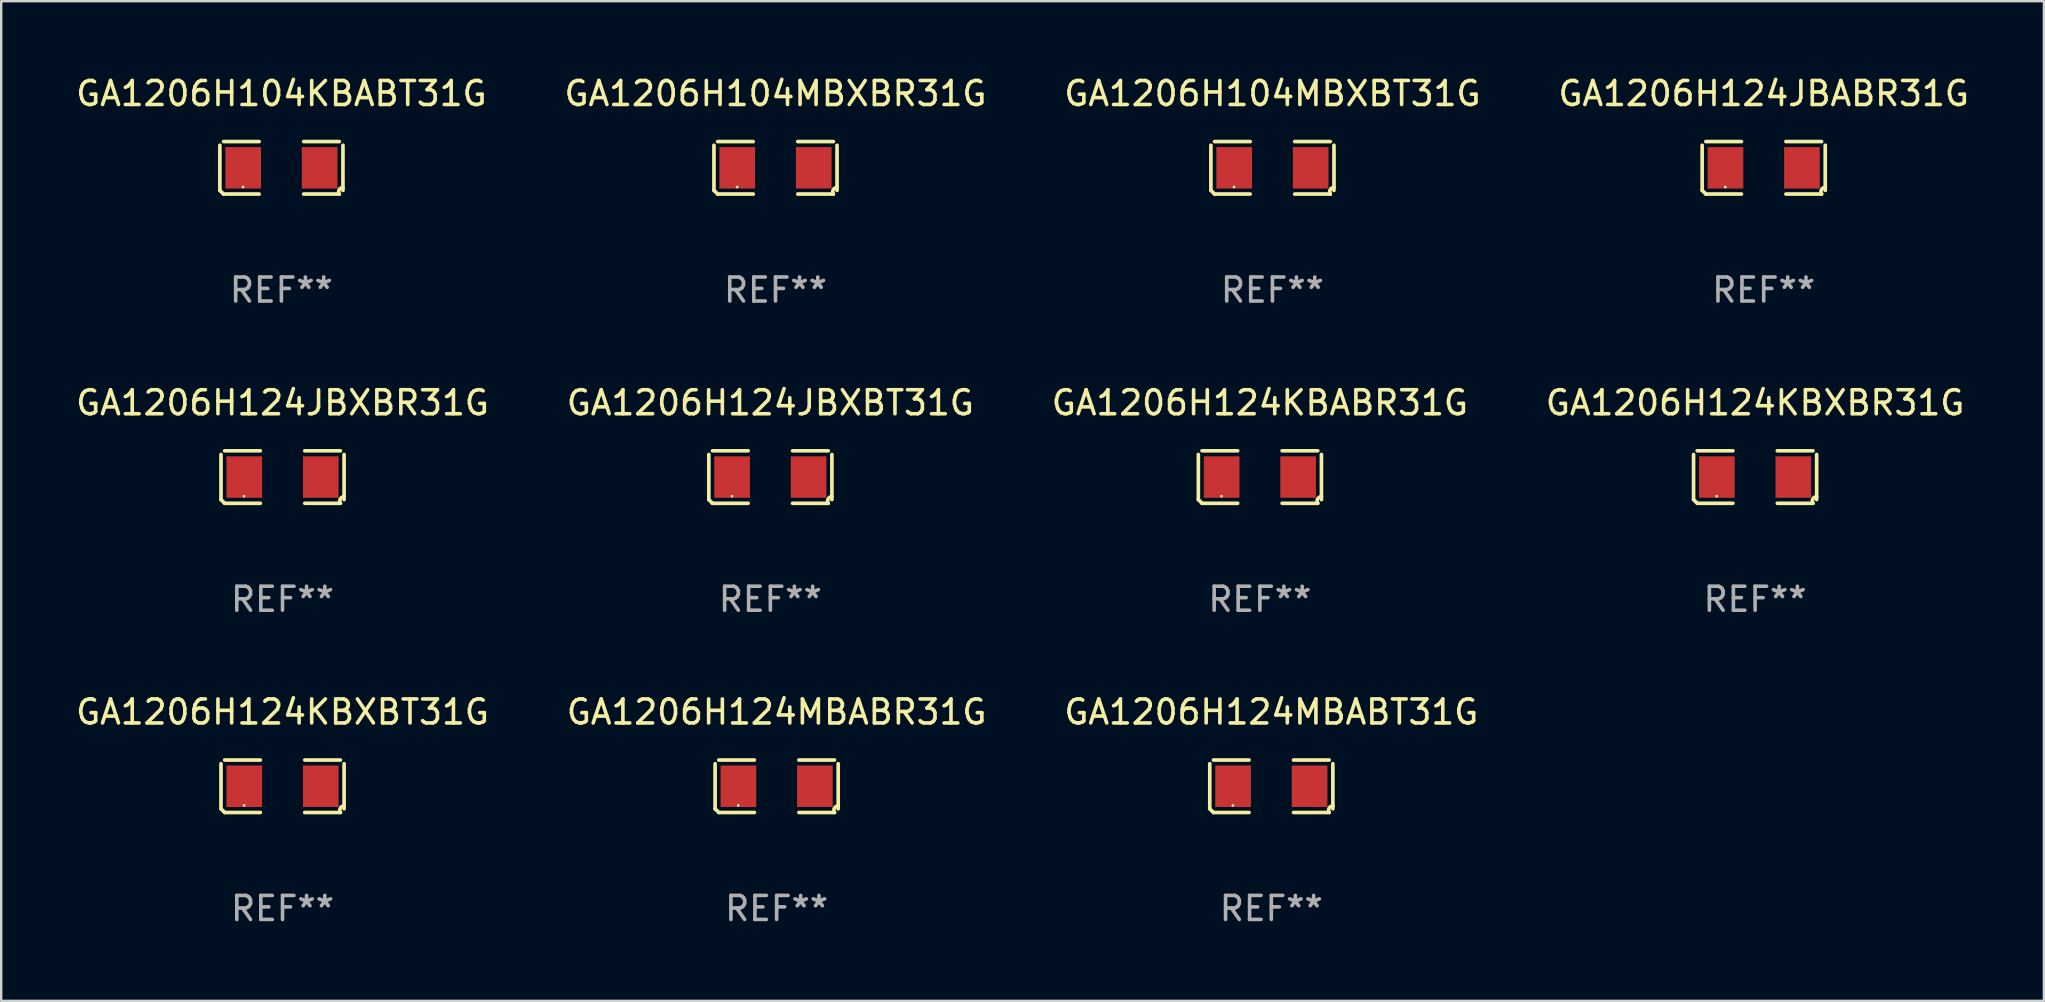
<source format=kicad_pcb>
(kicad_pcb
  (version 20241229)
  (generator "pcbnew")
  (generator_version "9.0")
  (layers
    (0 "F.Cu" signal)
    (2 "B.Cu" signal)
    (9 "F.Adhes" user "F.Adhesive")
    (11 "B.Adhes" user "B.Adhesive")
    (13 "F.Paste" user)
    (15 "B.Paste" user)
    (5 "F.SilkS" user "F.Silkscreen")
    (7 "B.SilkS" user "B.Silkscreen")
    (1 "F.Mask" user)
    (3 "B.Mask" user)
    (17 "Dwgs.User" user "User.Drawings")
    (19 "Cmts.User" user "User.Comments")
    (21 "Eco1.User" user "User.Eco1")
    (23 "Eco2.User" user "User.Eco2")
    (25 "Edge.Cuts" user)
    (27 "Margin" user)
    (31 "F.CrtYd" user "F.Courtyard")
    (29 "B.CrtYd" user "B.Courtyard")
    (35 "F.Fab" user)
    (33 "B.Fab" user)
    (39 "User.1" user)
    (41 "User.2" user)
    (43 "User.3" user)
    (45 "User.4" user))
  (footprint "GA1206H124JBABR31G"
    (layer "F.Cu")
    (at 70.423 3.941)
    (property "Reference" "GA1206H124JBABR31G" (at 0 -3.093 0) (layer "F.SilkS") (effects (font (size 1 1) (thickness 0.15))))
    (attr through_hole)
    (fp_line (start -2.564 0.94) (end -2.564 -0.94) (stroke (width 0.152) (type solid)) (layer "F.SilkS"))
    (fp_line (start -2.411 -1.093) (end -0.926 -1.093) (stroke (width 0.152) (type solid)) (layer "F.SilkS"))
    (fp_line (start -0.926 1.093) (end -2.411 1.093) (stroke (width 0.152) (type solid)) (layer "F.SilkS"))
    (fp_line (start 0.926 1.093) (end 2.411 1.093) (stroke (width 0.152) (type solid)) (layer "F.SilkS"))
    (fp_line (start 2.411 -1.093) (end 0.926 -1.093) (stroke (width 0.152) (type solid)) (layer "F.SilkS"))
    (fp_line (start 2.564 0.94) (end 2.564 -0.94) (stroke (width 0.152) (type solid)) (layer "F.SilkS"))
    (fp_arc (start -2.411201 1.092609) (mid -2.487413 1.01642) (end -2.563602 0.940208) (stroke (width 0.1524) (type solid)) (layer "F.SilkS"))
    (fp_arc (start 2.411201 1.092609) (mid 2.407159 0.911226) (end 2.563602 0.819347) (stroke (width 0.1524) (type solid)) (layer "F.SilkS"))
    (fp_circle (center -1.6 0.8) (end -1.57 0.8) (stroke (width 0.06) (type solid)) (fill no) (layer "F.SilkS"))
    (fp_text user "REF**" (at 0 5.093 0) (layer "F.Fab") (effects (font (size 1 1) (thickness 0.15))))
    (pad "1" smd rect (at -1.593 0) (size 1.485 1.728) (layers "F.Cu" "F.Mask" "F.Paste"))
    (pad "2" smd rect (at 1.593 0) (size 1.485 1.728) (layers "F.Cu" "F.Mask" "F.Paste")))
  (footprint "GA1206H124KBXBT31G"
    (layer "F.Cu")
    (at 8.72 29.704)
    (property "Reference" "GA1206H124KBXBT31G" (at 0 -3.093 0) (layer "F.SilkS") (effects (font (size 1 1) (thickness 0.15))))
    (attr through_hole)
    (fp_line (start -2.564 0.94) (end -2.564 -0.94) (stroke (width 0.152) (type solid)) (layer "F.SilkS"))
    (fp_line (start -2.411 -1.093) (end -0.926 -1.093) (stroke (width 0.152) (type solid)) (layer "F.SilkS"))
    (fp_line (start -0.926 1.093) (end -2.411 1.093) (stroke (width 0.152) (type solid)) (layer "F.SilkS"))
    (fp_line (start 0.926 1.093) (end 2.411 1.093) (stroke (width 0.152) (type solid)) (layer "F.SilkS"))
    (fp_line (start 2.411 -1.093) (end 0.926 -1.093) (stroke (width 0.152) (type solid)) (layer "F.SilkS"))
    (fp_line (start 2.564 0.94) (end 2.564 -0.94) (stroke (width 0.152) (type solid)) (layer "F.SilkS"))
    (fp_arc (start -2.411201 1.092609) (mid -2.487413 1.01642) (end -2.563602 0.940208) (stroke (width 0.1524) (type solid)) (layer "F.SilkS"))
    (fp_arc (start 2.411201 1.092609) (mid 2.407159 0.911226) (end 2.563602 0.819347) (stroke (width 0.1524) (type solid)) (layer "F.SilkS"))
    (fp_circle (center -1.6 0.8) (end -1.57 0.8) (stroke (width 0.06) (type solid)) (fill no) (layer "F.SilkS"))
    (fp_text user "REF**" (at 0 5.093 0) (layer "F.Fab") (effects (font (size 1 1) (thickness 0.15))))
    (pad "1" smd rect (at -1.593 0) (size 1.485 1.728) (layers "F.Cu" "F.Mask" "F.Paste"))
    (pad "2" smd rect (at 1.593 0) (size 1.485 1.728) (layers "F.Cu" "F.Mask" "F.Paste")))
  (footprint "GA1206H104KBABT31G"
    (layer "F.Cu")
    (at 8.673 3.941)
    (property "Reference" "GA1206H104KBABT31G" (at 0 -3.093 0) (layer "F.SilkS") (effects (font (size 1 1) (thickness 0.15))))
    (attr through_hole)
    (fp_line (start -2.564 0.94) (end -2.564 -0.94) (stroke (width 0.152) (type solid)) (layer "F.SilkS"))
    (fp_line (start -2.411 -1.093) (end -0.926 -1.093) (stroke (width 0.152) (type solid)) (layer "F.SilkS"))
    (fp_line (start -0.926 1.093) (end -2.411 1.093) (stroke (width 0.152) (type solid)) (layer "F.SilkS"))
    (fp_line (start 0.926 1.093) (end 2.411 1.093) (stroke (width 0.152) (type solid)) (layer "F.SilkS"))
    (fp_line (start 2.411 -1.093) (end 0.926 -1.093) (stroke (width 0.152) (type solid)) (layer "F.SilkS"))
    (fp_line (start 2.564 0.94) (end 2.564 -0.94) (stroke (width 0.152) (type solid)) (layer "F.SilkS"))
    (fp_arc (start -2.411201 1.092609) (mid -2.487413 1.01642) (end -2.563602 0.940208) (stroke (width 0.1524) (type solid)) (layer "F.SilkS"))
    (fp_arc (start 2.411201 1.092609) (mid 2.407159 0.911226) (end 2.563602 0.819347) (stroke (width 0.1524) (type solid)) (layer "F.SilkS"))
    (fp_circle (center -1.6 0.8) (end -1.57 0.8) (stroke (width 0.06) (type solid)) (fill no) (layer "F.SilkS"))
    (fp_text user "REF**" (at 0 5.093 0) (layer "F.Fab") (effects (font (size 1 1) (thickness 0.15))))
    (pad "1" smd rect (at -1.593 0) (size 1.485 1.728) (layers "F.Cu" "F.Mask" "F.Paste"))
    (pad "2" smd rect (at 1.593 0) (size 1.485 1.728) (layers "F.Cu" "F.Mask" "F.Paste")))
  (footprint "GA1206H124KBXBR31G"
    (layer "F.Cu")
    (at 70.065 16.823)
    (property "Reference" "GA1206H124KBXBR31G" (at 0 -3.093 0) (layer "F.SilkS") (effects (font (size 1 1) (thickness 0.15))))
    (attr through_hole)
    (fp_line (start -2.564 0.94) (end -2.564 -0.94) (stroke (width 0.152) (type solid)) (layer "F.SilkS"))
    (fp_line (start -2.411 -1.093) (end -0.926 -1.093) (stroke (width 0.152) (type solid)) (layer "F.SilkS"))
    (fp_line (start -0.926 1.093) (end -2.411 1.093) (stroke (width 0.152) (type solid)) (layer "F.SilkS"))
    (fp_line (start 0.926 1.093) (end 2.411 1.093) (stroke (width 0.152) (type solid)) (layer "F.SilkS"))
    (fp_line (start 2.411 -1.093) (end 0.926 -1.093) (stroke (width 0.152) (type solid)) (layer "F.SilkS"))
    (fp_line (start 2.564 0.94) (end 2.564 -0.94) (stroke (width 0.152) (type solid)) (layer "F.SilkS"))
    (fp_arc (start -2.411201 1.092609) (mid -2.487413 1.01642) (end -2.563602 0.940208) (stroke (width 0.1524) (type solid)) (layer "F.SilkS"))
    (fp_arc (start 2.411201 1.092609) (mid 2.407159 0.911226) (end 2.563602 0.819347) (stroke (width 0.1524) (type solid)) (layer "F.SilkS"))
    (fp_circle (center -1.6 0.8) (end -1.57 0.8) (stroke (width 0.06) (type solid)) (fill no) (layer "F.SilkS"))
    (fp_text user "REF**" (at 0 5.093 0) (layer "F.Fab") (effects (font (size 1 1) (thickness 0.15))))
    (pad "1" smd rect (at -1.593 0) (size 1.485 1.728) (layers "F.Cu" "F.Mask" "F.Paste"))
    (pad "2" smd rect (at 1.593 0) (size 1.485 1.728) (layers "F.Cu" "F.Mask" "F.Paste")))
  (footprint "GA1206H104MBXBR31G"
    (layer "F.Cu")
    (at 29.256 3.941)
    (property "Reference" "GA1206H104MBXBR31G" (at 0 -3.093 0) (layer "F.SilkS") (effects (font (size 1 1) (thickness 0.15))))
    (attr through_hole)
    (fp_line (start -2.564 0.94) (end -2.564 -0.94) (stroke (width 0.152) (type solid)) (layer "F.SilkS"))
    (fp_line (start -2.411 -1.093) (end -0.926 -1.093) (stroke (width 0.152) (type solid)) (layer "F.SilkS"))
    (fp_line (start -0.926 1.093) (end -2.411 1.093) (stroke (width 0.152) (type solid)) (layer "F.SilkS"))
    (fp_line (start 0.926 1.093) (end 2.411 1.093) (stroke (width 0.152) (type solid)) (layer "F.SilkS"))
    (fp_line (start 2.411 -1.093) (end 0.926 -1.093) (stroke (width 0.152) (type solid)) (layer "F.SilkS"))
    (fp_line (start 2.564 0.94) (end 2.564 -0.94) (stroke (width 0.152) (type solid)) (layer "F.SilkS"))
    (fp_arc (start -2.411201 1.092609) (mid -2.487413 1.01642) (end -2.563602 0.940208) (stroke (width 0.1524) (type solid)) (layer "F.SilkS"))
    (fp_arc (start 2.411201 1.092609) (mid 2.407159 0.911226) (end 2.563602 0.819347) (stroke (width 0.1524) (type solid)) (layer "F.SilkS"))
    (fp_circle (center -1.6 0.8) (end -1.57 0.8) (stroke (width 0.06) (type solid)) (fill no) (layer "F.SilkS"))
    (fp_text user "REF**" (at 0 5.093 0) (layer "F.Fab") (effects (font (size 1 1) (thickness 0.15))))
    (pad "1" smd rect (at -1.593 0) (size 1.485 1.728) (layers "F.Cu" "F.Mask" "F.Paste"))
    (pad "2" smd rect (at 1.593 0) (size 1.485 1.728) (layers "F.Cu" "F.Mask" "F.Paste")))
  (footprint "GA1206H124MBABR31G"
    (layer "F.Cu")
    (at 29.304 29.704)
    (property "Reference" "GA1206H124MBABR31G" (at 0 -3.093 0) (layer "F.SilkS") (effects (font (size 1 1) (thickness 0.15))))
    (attr through_hole)
    (fp_line (start -2.564 0.94) (end -2.564 -0.94) (stroke (width 0.152) (type solid)) (layer "F.SilkS"))
    (fp_line (start -2.411 -1.093) (end -0.926 -1.093) (stroke (width 0.152) (type solid)) (layer "F.SilkS"))
    (fp_line (start -0.926 1.093) (end -2.411 1.093) (stroke (width 0.152) (type solid)) (layer "F.SilkS"))
    (fp_line (start 0.926 1.093) (end 2.411 1.093) (stroke (width 0.152) (type solid)) (layer "F.SilkS"))
    (fp_line (start 2.411 -1.093) (end 0.926 -1.093) (stroke (width 0.152) (type solid)) (layer "F.SilkS"))
    (fp_line (start 2.564 0.94) (end 2.564 -0.94) (stroke (width 0.152) (type solid)) (layer "F.SilkS"))
    (fp_arc (start -2.411201 1.092609) (mid -2.487413 1.01642) (end -2.563602 0.940208) (stroke (width 0.1524) (type solid)) (layer "F.SilkS"))
    (fp_arc (start 2.411201 1.092609) (mid 2.407159 0.911226) (end 2.563602 0.819347) (stroke (width 0.1524) (type solid)) (layer "F.SilkS"))
    (fp_circle (center -1.6 0.8) (end -1.57 0.8) (stroke (width 0.06) (type solid)) (fill no) (layer "F.SilkS"))
    (fp_text user "REF**" (at 0 5.093 0) (layer "F.Fab") (effects (font (size 1 1) (thickness 0.15))))
    (pad "1" smd rect (at -1.593 0) (size 1.485 1.728) (layers "F.Cu" "F.Mask" "F.Paste"))
    (pad "2" smd rect (at 1.593 0) (size 1.485 1.728) (layers "F.Cu" "F.Mask" "F.Paste")))
  (footprint "GA1206H104MBXBT31G"
    (layer "F.Cu")
    (at 49.958 3.941)
    (property "Reference" "GA1206H104MBXBT31G" (at 0 -3.093 0) (layer "F.SilkS") (effects (font (size 1 1) (thickness 0.15))))
    (attr through_hole)
    (fp_line (start -2.564 0.94) (end -2.564 -0.94) (stroke (width 0.152) (type solid)) (layer "F.SilkS"))
    (fp_line (start -2.411 -1.093) (end -0.926 -1.093) (stroke (width 0.152) (type solid)) (layer "F.SilkS"))
    (fp_line (start -0.926 1.093) (end -2.411 1.093) (stroke (width 0.152) (type solid)) (layer "F.SilkS"))
    (fp_line (start 0.926 1.093) (end 2.411 1.093) (stroke (width 0.152) (type solid)) (layer "F.SilkS"))
    (fp_line (start 2.411 -1.093) (end 0.926 -1.093) (stroke (width 0.152) (type solid)) (layer "F.SilkS"))
    (fp_line (start 2.564 0.94) (end 2.564 -0.94) (stroke (width 0.152) (type solid)) (layer "F.SilkS"))
    (fp_arc (start -2.411201 1.092609) (mid -2.487413 1.01642) (end -2.563602 0.940208) (stroke (width 0.1524) (type solid)) (layer "F.SilkS"))
    (fp_arc (start 2.411201 1.092609) (mid 2.407159 0.911226) (end 2.563602 0.819347) (stroke (width 0.1524) (type solid)) (layer "F.SilkS"))
    (fp_circle (center -1.6 0.8) (end -1.57 0.8) (stroke (width 0.06) (type solid)) (fill no) (layer "F.SilkS"))
    (fp_text user "REF**" (at 0 5.093 0) (layer "F.Fab") (effects (font (size 1 1) (thickness 0.15))))
    (pad "1" smd rect (at -1.593 0) (size 1.485 1.728) (layers "F.Cu" "F.Mask" "F.Paste"))
    (pad "2" smd rect (at 1.593 0) (size 1.485 1.728) (layers "F.Cu" "F.Mask" "F.Paste")))
  (footprint "GA1206H124MBABT31G"
    (layer "F.Cu")
    (at 49.911 29.704)
    (property "Reference" "GA1206H124MBABT31G" (at 0 -3.093 0) (layer "F.SilkS") (effects (font (size 1 1) (thickness 0.15))))
    (attr through_hole)
    (fp_line (start -2.564 0.94) (end -2.564 -0.94) (stroke (width 0.152) (type solid)) (layer "F.SilkS"))
    (fp_line (start -2.411 -1.093) (end -0.926 -1.093) (stroke (width 0.152) (type solid)) (layer "F.SilkS"))
    (fp_line (start -0.926 1.093) (end -2.411 1.093) (stroke (width 0.152) (type solid)) (layer "F.SilkS"))
    (fp_line (start 0.926 1.093) (end 2.411 1.093) (stroke (width 0.152) (type solid)) (layer "F.SilkS"))
    (fp_line (start 2.411 -1.093) (end 0.926 -1.093) (stroke (width 0.152) (type solid)) (layer "F.SilkS"))
    (fp_line (start 2.564 0.94) (end 2.564 -0.94) (stroke (width 0.152) (type solid)) (layer "F.SilkS"))
    (fp_arc (start -2.411201 1.092609) (mid -2.487413 1.01642) (end -2.563602 0.940208) (stroke (width 0.1524) (type solid)) (layer "F.SilkS"))
    (fp_arc (start 2.411201 1.092609) (mid 2.407159 0.911226) (end 2.563602 0.819347) (stroke (width 0.1524) (type solid)) (layer "F.SilkS"))
    (fp_circle (center -1.6 0.8) (end -1.57 0.8) (stroke (width 0.06) (type solid)) (fill no) (layer "F.SilkS"))
    (fp_text user "REF**" (at 0 5.093 0) (layer "F.Fab") (effects (font (size 1 1) (thickness 0.15))))
    (pad "1" smd rect (at -1.593 0) (size 1.485 1.728) (layers "F.Cu" "F.Mask" "F.Paste"))
    (pad "2" smd rect (at 1.593 0) (size 1.485 1.728) (layers "F.Cu" "F.Mask" "F.Paste")))
  (footprint "GA1206H124KBABR31G"
    (layer "F.Cu")
    (at 49.435 16.823)
    (property "Reference" "GA1206H124KBABR31G" (at 0 -3.093 0) (layer "F.SilkS") (effects (font (size 1 1) (thickness 0.15))))
    (attr through_hole)
    (fp_line (start -2.564 0.94) (end -2.564 -0.94) (stroke (width 0.152) (type solid)) (layer "F.SilkS"))
    (fp_line (start -2.411 -1.093) (end -0.926 -1.093) (stroke (width 0.152) (type solid)) (layer "F.SilkS"))
    (fp_line (start -0.926 1.093) (end -2.411 1.093) (stroke (width 0.152) (type solid)) (layer "F.SilkS"))
    (fp_line (start 0.926 1.093) (end 2.411 1.093) (stroke (width 0.152) (type solid)) (layer "F.SilkS"))
    (fp_line (start 2.411 -1.093) (end 0.926 -1.093) (stroke (width 0.152) (type solid)) (layer "F.SilkS"))
    (fp_line (start 2.564 0.94) (end 2.564 -0.94) (stroke (width 0.152) (type solid)) (layer "F.SilkS"))
    (fp_arc (start -2.411201 1.092609) (mid -2.487413 1.01642) (end -2.563602 0.940208) (stroke (width 0.1524) (type solid)) (layer "F.SilkS"))
    (fp_arc (start 2.411201 1.092609) (mid 2.407159 0.911226) (end 2.563602 0.819347) (stroke (width 0.1524) (type solid)) (layer "F.SilkS"))
    (fp_circle (center -1.6 0.8) (end -1.57 0.8) (stroke (width 0.06) (type solid)) (fill no) (layer "F.SilkS"))
    (fp_text user "REF**" (at 0 5.093 0) (layer "F.Fab") (effects (font (size 1 1) (thickness 0.15))))
    (pad "1" smd rect (at -1.593 0) (size 1.485 1.728) (layers "F.Cu" "F.Mask" "F.Paste"))
    (pad "2" smd rect (at 1.593 0) (size 1.485 1.728) (layers "F.Cu" "F.Mask" "F.Paste")))
  (footprint "GA1206H124JBXBR31G"
    (layer "F.Cu")
    (at 8.72 16.823)
    (property "Reference" "GA1206H124JBXBR31G" (at 0 -3.093 0) (layer "F.SilkS") (effects (font (size 1 1) (thickness 0.15))))
    (attr through_hole)
    (fp_line (start -2.564 0.94) (end -2.564 -0.94) (stroke (width 0.152) (type solid)) (layer "F.SilkS"))
    (fp_line (start -2.411 -1.093) (end -0.926 -1.093) (stroke (width 0.152) (type solid)) (layer "F.SilkS"))
    (fp_line (start -0.926 1.093) (end -2.411 1.093) (stroke (width 0.152) (type solid)) (layer "F.SilkS"))
    (fp_line (start 0.926 1.093) (end 2.411 1.093) (stroke (width 0.152) (type solid)) (layer "F.SilkS"))
    (fp_line (start 2.411 -1.093) (end 0.926 -1.093) (stroke (width 0.152) (type solid)) (layer "F.SilkS"))
    (fp_line (start 2.564 0.94) (end 2.564 -0.94) (stroke (width 0.152) (type solid)) (layer "F.SilkS"))
    (fp_arc (start -2.411201 1.092609) (mid -2.487413 1.01642) (end -2.563602 0.940208) (stroke (width 0.1524) (type solid)) (layer "F.SilkS"))
    (fp_arc (start 2.411201 1.092609) (mid 2.407159 0.911226) (end 2.563602 0.819347) (stroke (width 0.1524) (type solid)) (layer "F.SilkS"))
    (fp_circle (center -1.6 0.8) (end -1.57 0.8) (stroke (width 0.06) (type solid)) (fill no) (layer "F.SilkS"))
    (fp_text user "REF**" (at 0 5.093 0) (layer "F.Fab") (effects (font (size 1 1) (thickness 0.15))))
    (pad "1" smd rect (at -1.593 0) (size 1.485 1.728) (layers "F.Cu" "F.Mask" "F.Paste"))
    (pad "2" smd rect (at 1.593 0) (size 1.485 1.728) (layers "F.Cu" "F.Mask" "F.Paste")))
  (footprint "GA1206H124JBXBT31G"
    (layer "F.Cu")
    (at 29.042 16.823)
    (property "Reference" "GA1206H124JBXBT31G" (at 0 -3.093 0) (layer "F.SilkS") (effects (font (size 1 1) (thickness 0.15))))
    (attr through_hole)
    (fp_line (start -2.564 0.94) (end -2.564 -0.94) (stroke (width 0.152) (type solid)) (layer "F.SilkS"))
    (fp_line (start -2.411 -1.093) (end -0.926 -1.093) (stroke (width 0.152) (type solid)) (layer "F.SilkS"))
    (fp_line (start -0.926 1.093) (end -2.411 1.093) (stroke (width 0.152) (type solid)) (layer "F.SilkS"))
    (fp_line (start 0.926 1.093) (end 2.411 1.093) (stroke (width 0.152) (type solid)) (layer "F.SilkS"))
    (fp_line (start 2.411 -1.093) (end 0.926 -1.093) (stroke (width 0.152) (type solid)) (layer "F.SilkS"))
    (fp_line (start 2.564 0.94) (end 2.564 -0.94) (stroke (width 0.152) (type solid)) (layer "F.SilkS"))
    (fp_arc (start -2.411201 1.092609) (mid -2.487413 1.01642) (end -2.563602 0.940208) (stroke (width 0.1524) (type solid)) (layer "F.SilkS"))
    (fp_arc (start 2.411201 1.092609) (mid 2.407159 0.911226) (end 2.563602 0.819347) (stroke (width 0.1524) (type solid)) (layer "F.SilkS"))
    (fp_circle (center -1.6 0.8) (end -1.57 0.8) (stroke (width 0.06) (type solid)) (fill no) (layer "F.SilkS"))
    (fp_text user "REF**" (at 0 5.093 0) (layer "F.Fab") (effects (font (size 1 1) (thickness 0.15))))
    (pad "1" smd rect (at -1.593 0) (size 1.485 1.728) (layers "F.Cu" "F.Mask" "F.Paste"))
    (pad "2" smd rect (at 1.593 0) (size 1.485 1.728) (layers "F.Cu" "F.Mask" "F.Paste")))
  (gr_rect
    (start -3 -3)
    (end 82.095 38.645)
    (stroke (width 0.1) (type default))
    (fill no)
    (layer "Edge.Cuts")))
</source>
